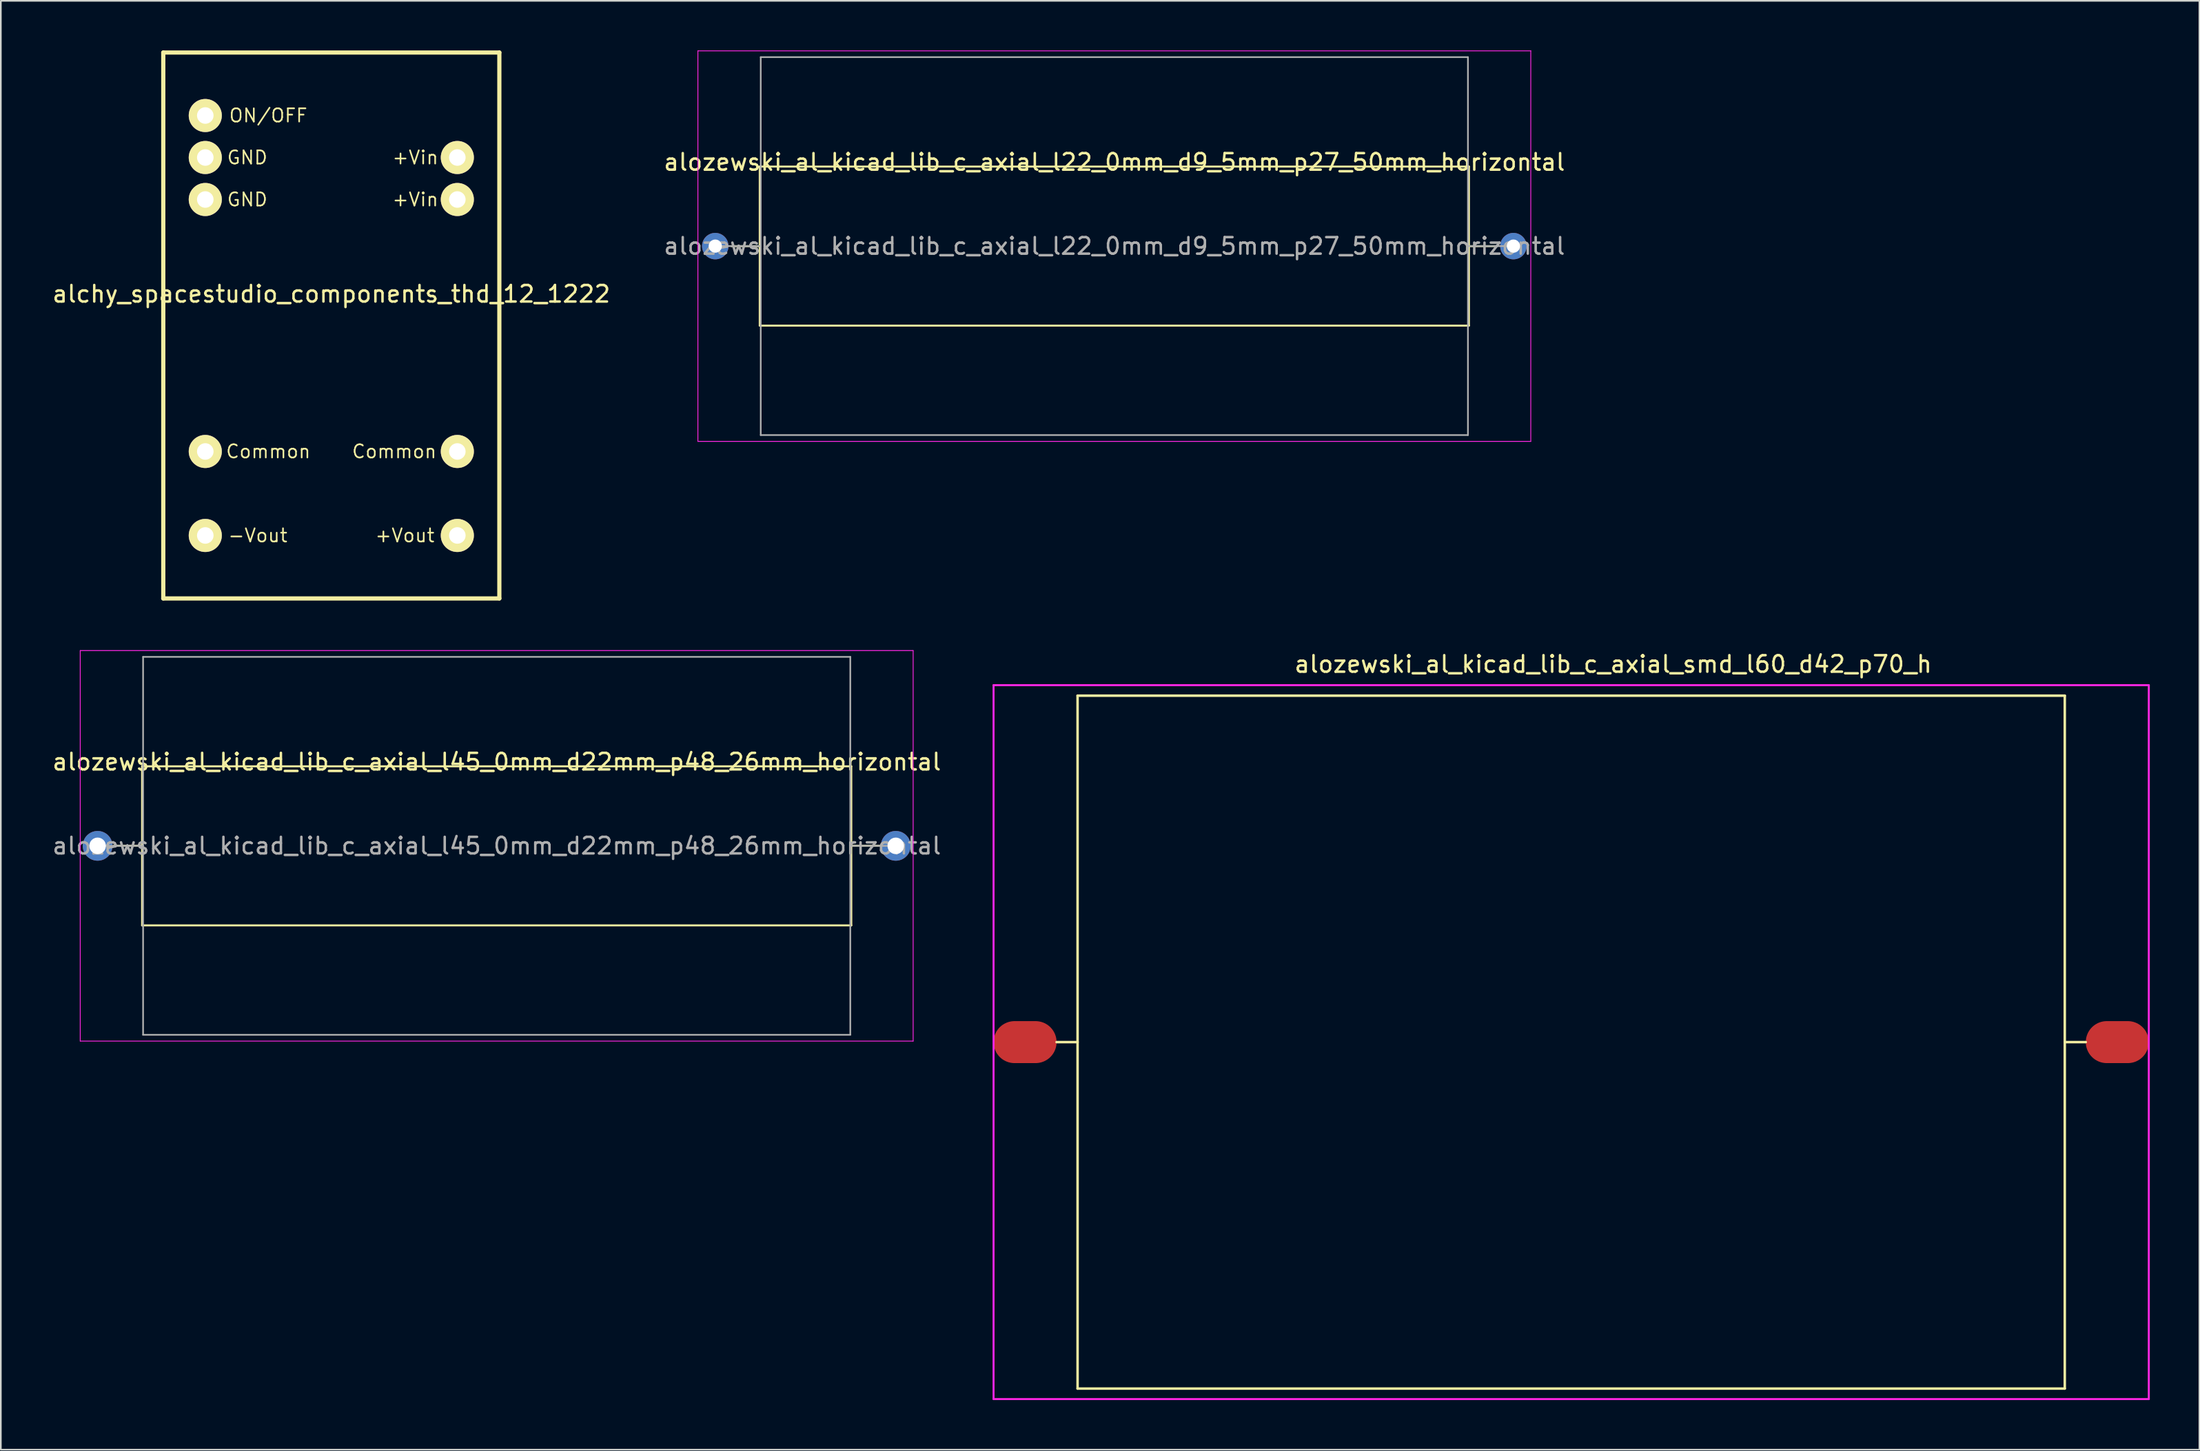
<source format=kicad_pcb>
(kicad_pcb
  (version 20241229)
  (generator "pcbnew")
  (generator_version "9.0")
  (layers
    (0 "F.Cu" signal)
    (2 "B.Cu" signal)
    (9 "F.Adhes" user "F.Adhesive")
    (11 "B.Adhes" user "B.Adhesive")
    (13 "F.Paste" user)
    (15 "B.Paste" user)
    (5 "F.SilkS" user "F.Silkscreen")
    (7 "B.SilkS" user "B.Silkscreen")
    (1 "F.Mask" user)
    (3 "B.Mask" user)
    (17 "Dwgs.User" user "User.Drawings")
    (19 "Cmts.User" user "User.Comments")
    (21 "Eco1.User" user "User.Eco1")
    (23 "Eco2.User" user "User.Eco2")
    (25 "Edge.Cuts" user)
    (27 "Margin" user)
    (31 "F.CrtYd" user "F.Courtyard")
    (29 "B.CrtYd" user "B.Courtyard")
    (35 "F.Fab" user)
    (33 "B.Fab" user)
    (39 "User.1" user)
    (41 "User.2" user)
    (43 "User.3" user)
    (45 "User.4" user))
  (footprint "alozewski_al_kicad_lib_c_axial_smd_l60_d42_p70_h"
    (layer "F.Cu")
    (at 58.929 59.982)
    (property "Reference" "alozewski_al_kicad_lib_c_axial_smd_l60_d42_p70_h" (at 35.56 -22.86 0) (layer "F.SilkS") (effects (font (size 1 1) (thickness 0.15))))
    (attr through_hole)
    (fp_line (start 3.175 -20.955) (end 3.175 20.955) (stroke (width 0.15) (type solid)) (layer "F.SilkS"))
    (fp_line (start 3.175 0) (end 1.905 0) (stroke (width 0.15) (type solid)) (layer "F.SilkS"))
    (fp_line (start 3.175 20.955) (end 62.865 20.955) (stroke (width 0.15) (type solid)) (layer "F.SilkS"))
    (fp_line (start 62.865 -20.955) (end 3.175 -20.955) (stroke (width 0.15) (type solid)) (layer "F.SilkS"))
    (fp_line (start 62.865 0) (end 64.135 0) (stroke (width 0.15) (type solid)) (layer "F.SilkS"))
    (fp_line (start 62.865 20.955) (end 62.865 -20.955) (stroke (width 0.15) (type solid)) (layer "F.SilkS"))
    (fp_line (start -1.905 -21.59) (end -1.905 21.59) (stroke (width 0.12) (type solid)) (layer "F.CrtYd"))
    (fp_line (start -1.905 21.59) (end 67.945 21.59) (stroke (width 0.12) (type solid)) (layer "F.CrtYd"))
    (fp_line (start 67.945 -21.59) (end -1.905 -21.59) (stroke (width 0.12) (type solid)) (layer "F.CrtYd"))
    (fp_line (start 67.945 21.59) (end 67.945 -21.59) (stroke (width 0.12) (type solid)) (layer "F.CrtYd"))
    (pad "1" smd oval (at 0 0) (size 3.81 2.54) (layers "F.Cu" "F.Mask" "F.Paste"))
    (pad "2" smd oval (at 66.04 0) (size 3.81 2.54) (layers "F.Cu" "F.Mask" "F.Paste")))
  (footprint "alozewski_al_kicad_lib_c_axial_l22_0mm_d9_5mm_p27_50mm_horizontal"
    (layer "F.Cu")
    (at 40.197 11.836)
    (property "Reference" "alozewski_al_kicad_lib_c_axial_l22_0mm_d9_5mm_p27_50mm_horizontal" (at 24.13 -5.08 0) (layer "F.SilkS") (effects (font (size 1 1) (thickness 0.15))))
    (attr through_hole)
    (fp_line (start 0.98 0) (end 2.69 0) (stroke (width 0.12) (type solid)) (layer "F.SilkS"))
    (fp_line (start 2.69 -4.81) (end 2.69 4.81) (stroke (width 0.12) (type solid)) (layer "F.SilkS"))
    (fp_line (start 2.69 4.81) (end 45.57 4.81) (stroke (width 0.12) (type solid)) (layer "F.SilkS"))
    (fp_line (start 45.57 -4.81) (end 2.69 -4.81) (stroke (width 0.12) (type solid)) (layer "F.SilkS"))
    (fp_line (start 45.57 4.81) (end 45.57 -4.81) (stroke (width 0.12) (type solid)) (layer "F.SilkS"))
    (fp_line (start 47.28 0) (end 45.57 0) (stroke (width 0.12) (type solid)) (layer "F.SilkS"))
    (fp_line (start -1.05 -11.811) (end -1.05 11.811) (stroke (width 0.05) (type solid)) (layer "F.CrtYd"))
    (fp_line (start -1.05 11.811) (end 49.31 11.811) (stroke (width 0.05) (type solid)) (layer "F.CrtYd"))
    (fp_line (start 49.31 -11.811) (end -1.05 -11.811) (stroke (width 0.05) (type solid)) (layer "F.CrtYd"))
    (fp_line (start 49.31 11.811) (end 49.31 -11.811) (stroke (width 0.05) (type solid)) (layer "F.CrtYd"))
    (fp_line (start 0 0) (end 2.75 0) (stroke (width 0.1) (type solid)) (layer "F.Fab"))
    (fp_line (start 2.75 -11.43) (end 2.75 11.43) (stroke (width 0.1) (type solid)) (layer "F.Fab"))
    (fp_line (start 2.75 11.43) (end 45.51 11.43) (stroke (width 0.1) (type solid)) (layer "F.Fab"))
    (fp_line (start 45.51 -11.43) (end 2.75 -11.43) (stroke (width 0.1) (type solid)) (layer "F.Fab"))
    (fp_line (start 45.51 0) (end 48.26 0) (stroke (width 0.1) (type solid)) (layer "F.Fab"))
    (fp_line (start 45.51 11.43) (end 45.51 -11.43) (stroke (width 0.1) (type solid)) (layer "F.Fab"))
    (fp_text user "${REFERENCE}" (at 24.13 0 0) (layer "F.Fab") (effects (font (size 1 1) (thickness 0.15))))
    (pad "1" thru_hole circle (at 0 0) (size 1.6 1.6) (drill 0.8) (layers "*.Cu" "*.Mask"))
    (pad "2" thru_hole oval (at 48.26 0) (size 1.6 1.6) (drill 0.8) (layers "*.Cu" "*.Mask")))
  (footprint "alchy_spacestudio_components_thd_12_1222"
    (layer "F.Cu")
    (at 16.982 16.637)
    (property "Reference" "alchy_spacestudio_components_thd_12_1222" (at 0 -1.905 0) (layer "F.SilkS") (effects (font (size 1 1) (thickness 0.15))))
    (attr through_hole)
    (fp_line (start -10.16 -16.51) (end -10.16 16.51) (stroke (width 0.254) (type solid)) (layer "F.SilkS"))
    (fp_line (start -10.16 16.51) (end 10.16 16.51) (stroke (width 0.254) (type solid)) (layer "F.SilkS"))
    (fp_line (start 10.16 -16.51) (end -10.16 -16.51) (stroke (width 0.254) (type solid)) (layer "F.SilkS"))
    (fp_line (start 10.16 16.51) (end 10.16 -16.51) (stroke (width 0.254) (type solid)) (layer "F.SilkS"))
    (fp_text user "Common" (at -3.81 7.62 0) (layer "F.SilkS") (effects (font (size 0.8 0.8) (thickness 0.1))))
    (fp_text user "-Vout" (at -4.445 12.7 0) (layer "F.SilkS") (effects (font (size 0.8 0.8) (thickness 0.1))))
    (fp_text user "+Vin" (at 5.08 -7.62 0) (layer "F.SilkS") (effects (font (size 0.8 0.8) (thickness 0.1))))
    (fp_text user "+Vout" (at 4.445 12.7 0) (layer "F.SilkS") (effects (font (size 0.8 0.8) (thickness 0.1))))
    (fp_text user "GND" (at -5.08 -7.62 0) (layer "F.SilkS") (effects (font (size 0.8 0.8) (thickness 0.1))))
    (fp_text user "ON/OFF" (at -3.81 -12.7 0) (layer "F.SilkS") (effects (font (size 0.8 0.8) (thickness 0.1))))
    (fp_text user "GND" (at -5.08 -10.16 0) (layer "F.SilkS") (effects (font (size 0.8 0.8) (thickness 0.1))))
    (fp_text user "+Vin" (at 5.08 -10.16 0) (layer "F.SilkS") (effects (font (size 0.8 0.8) (thickness 0.1))))
    (fp_text user "Common" (at 3.81 7.62 0) (layer "F.SilkS") (effects (font (size 0.8 0.8) (thickness 0.1))))
    (pad "1" thru_hole circle (at -7.62 -12.7) (size 2 2) (drill 1) (layers "*.Cu" "*.Mask" "F.SilkS"))
    (pad "2" thru_hole circle (at -7.62 -10.16) (size 2 2) (drill 1) (layers "*.Cu" "*.Mask" "F.SilkS"))
    (pad "3" thru_hole circle (at -7.62 -7.62) (size 2 2) (drill 1) (layers "*.Cu" "*.Mask" "F.SilkS"))
    (pad "9" thru_hole circle (at -7.62 7.62) (size 2 2) (drill 1) (layers "*.Cu" "*.Mask" "F.SilkS"))
    (pad "11" thru_hole circle (at -7.62 12.7) (size 2 2) (drill 1) (layers "*.Cu" "*.Mask" "F.SilkS"))
    (pad "14" thru_hole circle (at 7.62 12.7) (size 2 2) (drill 1) (layers "*.Cu" "*.Mask" "F.SilkS"))
    (pad "16" thru_hole circle (at 7.62 7.62) (size 2 2) (drill 1) (layers "*.Cu" "*.Mask" "F.SilkS"))
    (pad "22" thru_hole circle (at 7.62 -7.62) (size 2 2) (drill 1) (layers "*.Cu" "*.Mask" "F.SilkS"))
    (pad "23" thru_hole circle (at 7.62 -10.16) (size 2 2) (drill 1) (layers "*.Cu" "*.Mask" "F.SilkS")))
  (footprint "alozewski_al_kicad_lib_c_axial_l45_0mm_d22mm_p48_26mm_horizontal"
    (layer "F.Cu")
    (at 2.852 48.11)
    (property "Reference" "alozewski_al_kicad_lib_c_axial_l45_0mm_d22mm_p48_26mm_horizontal" (at 24.13 -5.08 0) (layer "F.SilkS") (effects (font (size 1 1) (thickness 0.15))))
    (attr through_hole)
    (fp_line (start 0.98 0) (end 2.69 0) (stroke (width 0.12) (type solid)) (layer "F.SilkS"))
    (fp_line (start 2.69 -4.81) (end 2.69 4.81) (stroke (width 0.12) (type solid)) (layer "F.SilkS"))
    (fp_line (start 2.69 4.81) (end 45.57 4.81) (stroke (width 0.12) (type solid)) (layer "F.SilkS"))
    (fp_line (start 45.57 -4.81) (end 2.69 -4.81) (stroke (width 0.12) (type solid)) (layer "F.SilkS"))
    (fp_line (start 45.57 4.81) (end 45.57 -4.81) (stroke (width 0.12) (type solid)) (layer "F.SilkS"))
    (fp_line (start 47.28 0) (end 45.57 0) (stroke (width 0.12) (type solid)) (layer "F.SilkS"))
    (fp_line (start -1.05 -11.811) (end -1.05 11.811) (stroke (width 0.05) (type solid)) (layer "F.CrtYd"))
    (fp_line (start -1.05 11.811) (end 49.31 11.811) (stroke (width 0.05) (type solid)) (layer "F.CrtYd"))
    (fp_line (start 49.31 -11.811) (end -1.05 -11.811) (stroke (width 0.05) (type solid)) (layer "F.CrtYd"))
    (fp_line (start 49.31 11.811) (end 49.31 -11.811) (stroke (width 0.05) (type solid)) (layer "F.CrtYd"))
    (fp_line (start 0 0) (end 2.75 0) (stroke (width 0.1) (type solid)) (layer "F.Fab"))
    (fp_line (start 2.75 -11.43) (end 2.75 11.43) (stroke (width 0.1) (type solid)) (layer "F.Fab"))
    (fp_line (start 2.75 11.43) (end 45.51 11.43) (stroke (width 0.1) (type solid)) (layer "F.Fab"))
    (fp_line (start 45.51 -11.43) (end 2.75 -11.43) (stroke (width 0.1) (type solid)) (layer "F.Fab"))
    (fp_line (start 45.51 0) (end 48.26 0) (stroke (width 0.1) (type solid)) (layer "F.Fab"))
    (fp_line (start 45.51 11.43) (end 45.51 -11.43) (stroke (width 0.1) (type solid)) (layer "F.Fab"))
    (fp_text user "${REFERENCE}" (at 24.13 0 0) (layer "F.Fab") (effects (font (size 1 1) (thickness 0.15))))
    (pad "1" thru_hole circle (at 0 0) (size 1.8 1.8) (drill 1) (layers "*.Cu" "*.Mask"))
    (pad "2" thru_hole circle (at 48.26 0) (size 1.8 1.8) (drill 1) (layers "*.Cu" "*.Mask")))
  (gr_rect
    (start -3 -3)
    (end 129.934 84.632)
    (stroke (width 0.1) (type default))
    (fill no)
    (layer "Edge.Cuts")))
</source>
